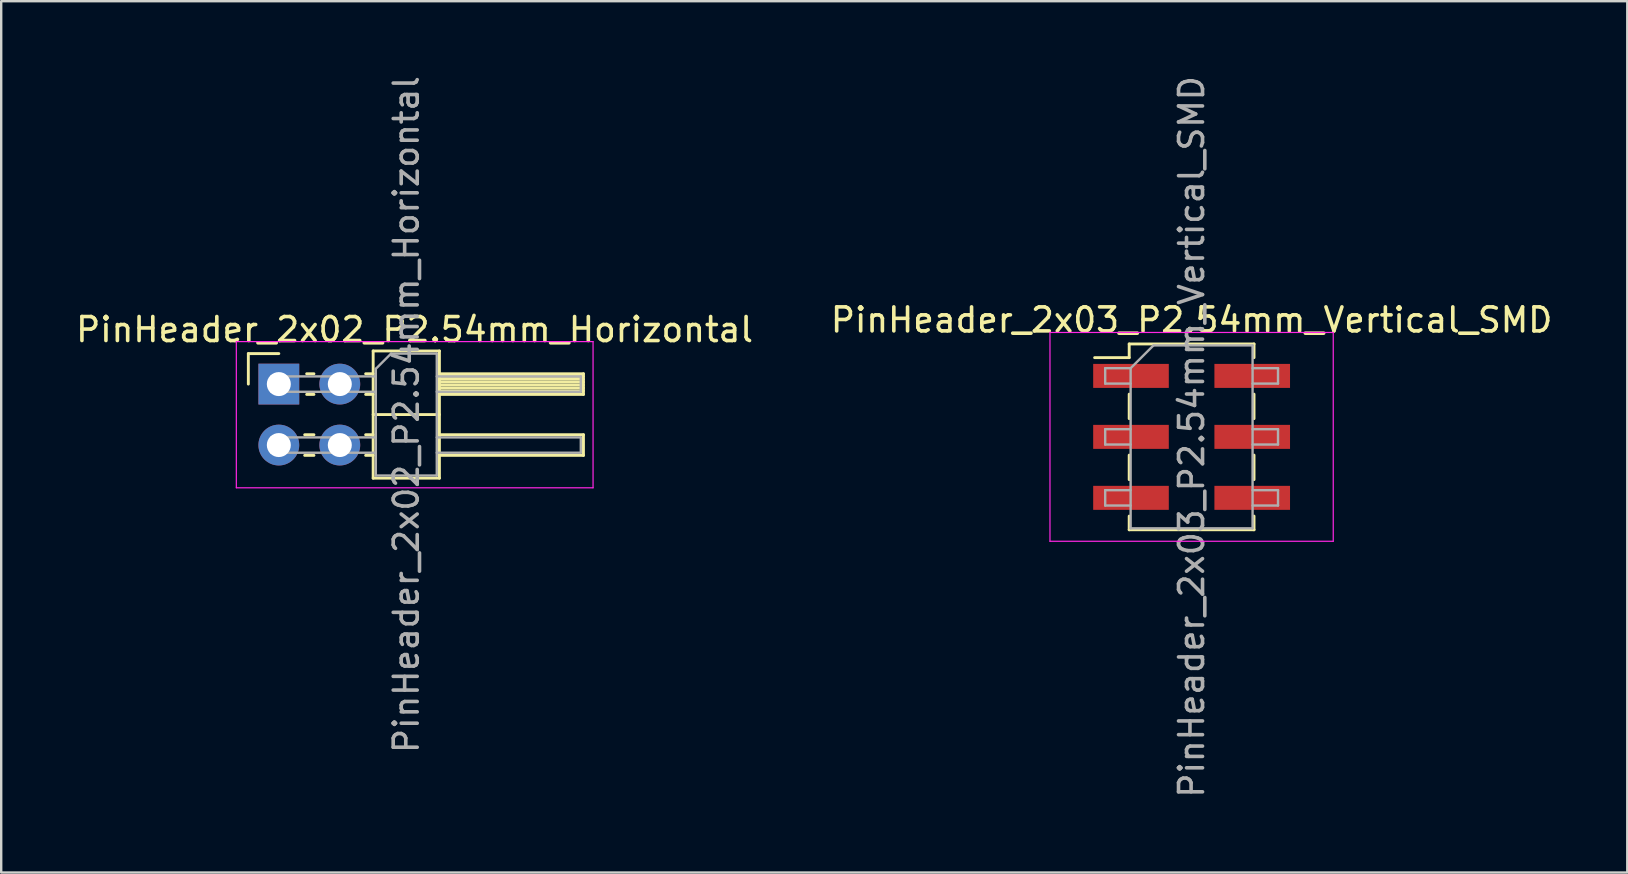
<source format=kicad_pcb>
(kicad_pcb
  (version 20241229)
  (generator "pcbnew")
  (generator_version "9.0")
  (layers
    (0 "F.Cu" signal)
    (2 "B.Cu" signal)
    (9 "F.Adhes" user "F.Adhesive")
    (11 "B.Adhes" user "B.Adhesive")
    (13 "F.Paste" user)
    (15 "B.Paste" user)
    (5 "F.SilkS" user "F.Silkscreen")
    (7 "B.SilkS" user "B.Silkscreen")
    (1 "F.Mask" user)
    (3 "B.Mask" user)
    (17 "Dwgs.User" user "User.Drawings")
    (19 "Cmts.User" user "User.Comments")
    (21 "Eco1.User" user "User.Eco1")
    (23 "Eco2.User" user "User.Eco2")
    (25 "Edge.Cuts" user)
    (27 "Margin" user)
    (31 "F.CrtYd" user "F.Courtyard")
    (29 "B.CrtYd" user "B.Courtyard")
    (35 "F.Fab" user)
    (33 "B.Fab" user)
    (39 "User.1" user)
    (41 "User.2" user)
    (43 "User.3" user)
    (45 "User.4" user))
  (footprint "PinHeader_2x03_P2.54mm_Vertical_SMD"
    (layer "F.Cu")
    (at 46.589 15.149)
    (property "Reference" "PinHeader_2x03_P2.54mm_Vertical_SMD" (at 0 -4.87 0) (layer "F.SilkS") (effects (font (size 1 1) (thickness 0.15))))
    (attr smd)
    (fp_line (start -4.04 -3.3) (end -2.6 -3.3) (stroke (width 0.12) (type solid)) (layer "F.SilkS"))
    (fp_line (start -2.6 -3.87) (end -2.6 -3.3) (stroke (width 0.12) (type solid)) (layer "F.SilkS"))
    (fp_line (start -2.6 -3.87) (end 2.6 -3.87) (stroke (width 0.12) (type solid)) (layer "F.SilkS"))
    (fp_line (start -2.6 -1.78) (end -2.6 -0.76) (stroke (width 0.12) (type solid)) (layer "F.SilkS"))
    (fp_line (start -2.6 0.76) (end -2.6 1.78) (stroke (width 0.12) (type solid)) (layer "F.SilkS"))
    (fp_line (start -2.6 3.3) (end -2.6 3.87) (stroke (width 0.12) (type solid)) (layer "F.SilkS"))
    (fp_line (start -2.6 3.87) (end 2.6 3.87) (stroke (width 0.12) (type solid)) (layer "F.SilkS"))
    (fp_line (start 2.6 -3.87) (end 2.6 -3.3) (stroke (width 0.12) (type solid)) (layer "F.SilkS"))
    (fp_line (start 2.6 -1.78) (end 2.6 -0.76) (stroke (width 0.12) (type solid)) (layer "F.SilkS"))
    (fp_line (start 2.6 0.76) (end 2.6 1.78) (stroke (width 0.12) (type solid)) (layer "F.SilkS"))
    (fp_line (start 2.6 3.3) (end 2.6 3.87) (stroke (width 0.12) (type solid)) (layer "F.SilkS"))
    (fp_line (start -5.9 -4.35) (end -5.9 4.35) (stroke (width 0.05) (type solid)) (layer "F.CrtYd"))
    (fp_line (start -5.9 4.35) (end 5.9 4.35) (stroke (width 0.05) (type solid)) (layer "F.CrtYd"))
    (fp_line (start 5.9 -4.35) (end -5.9 -4.35) (stroke (width 0.05) (type solid)) (layer "F.CrtYd"))
    (fp_line (start 5.9 4.35) (end 5.9 -4.35) (stroke (width 0.05) (type solid)) (layer "F.CrtYd"))
    (fp_line (start -3.6 -2.86) (end -3.6 -2.22) (stroke (width 0.1) (type solid)) (layer "F.Fab"))
    (fp_line (start -3.6 -2.22) (end -2.54 -2.22) (stroke (width 0.1) (type solid)) (layer "F.Fab"))
    (fp_line (start -3.6 -0.32) (end -3.6 0.32) (stroke (width 0.1) (type solid)) (layer "F.Fab"))
    (fp_line (start -3.6 0.32) (end -2.54 0.32) (stroke (width 0.1) (type solid)) (layer "F.Fab"))
    (fp_line (start -3.6 2.22) (end -3.6 2.86) (stroke (width 0.1) (type solid)) (layer "F.Fab"))
    (fp_line (start -3.6 2.86) (end -2.54 2.86) (stroke (width 0.1) (type solid)) (layer "F.Fab"))
    (fp_line (start -2.54 -2.86) (end -3.6 -2.86) (stroke (width 0.1) (type solid)) (layer "F.Fab"))
    (fp_line (start -2.54 -2.86) (end -1.59 -3.81) (stroke (width 0.1) (type solid)) (layer "F.Fab"))
    (fp_line (start -2.54 -0.32) (end -3.6 -0.32) (stroke (width 0.1) (type solid)) (layer "F.Fab"))
    (fp_line (start -2.54 2.22) (end -3.6 2.22) (stroke (width 0.1) (type solid)) (layer "F.Fab"))
    (fp_line (start -2.54 3.81) (end -2.54 -2.86) (stroke (width 0.1) (type solid)) (layer "F.Fab"))
    (fp_line (start -1.59 -3.81) (end 2.54 -3.81) (stroke (width 0.1) (type solid)) (layer "F.Fab"))
    (fp_line (start 2.54 -3.81) (end 2.54 3.81) (stroke (width 0.1) (type solid)) (layer "F.Fab"))
    (fp_line (start 2.54 -2.86) (end 3.6 -2.86) (stroke (width 0.1) (type solid)) (layer "F.Fab"))
    (fp_line (start 2.54 -0.32) (end 3.6 -0.32) (stroke (width 0.1) (type solid)) (layer "F.Fab"))
    (fp_line (start 2.54 2.22) (end 3.6 2.22) (stroke (width 0.1) (type solid)) (layer "F.Fab"))
    (fp_line (start 2.54 3.81) (end -2.54 3.81) (stroke (width 0.1) (type solid)) (layer "F.Fab"))
    (fp_line (start 3.6 -2.86) (end 3.6 -2.22) (stroke (width 0.1) (type solid)) (layer "F.Fab"))
    (fp_line (start 3.6 -2.22) (end 2.54 -2.22) (stroke (width 0.1) (type solid)) (layer "F.Fab"))
    (fp_line (start 3.6 -0.32) (end 3.6 0.32) (stroke (width 0.1) (type solid)) (layer "F.Fab"))
    (fp_line (start 3.6 0.32) (end 2.54 0.32) (stroke (width 0.1) (type solid)) (layer "F.Fab"))
    (fp_line (start 3.6 2.22) (end 3.6 2.86) (stroke (width 0.1) (type solid)) (layer "F.Fab"))
    (fp_line (start 3.6 2.86) (end 2.54 2.86) (stroke (width 0.1) (type solid)) (layer "F.Fab"))
    (fp_text user "${REFERENCE}" (at 0 0 90) (layer "F.Fab") (effects (font (size 1 1) (thickness 0.15))))
    (pad "1" smd rect (at -2.525 -2.54) (size 3.15 1) (layers "F.Cu" "F.Mask" "F.Paste"))
    (pad "2" smd rect (at 2.525 -2.54) (size 3.15 1) (layers "F.Cu" "F.Mask" "F.Paste"))
    (pad "3" smd rect (at -2.525 0) (size 3.15 1) (layers "F.Cu" "F.Mask" "F.Paste"))
    (pad "4" smd rect (at 2.525 0) (size 3.15 1) (layers "F.Cu" "F.Mask" "F.Paste"))
    (pad "5" smd rect (at -2.525 2.54) (size 3.15 1) (layers "F.Cu" "F.Mask" "F.Paste"))
    (pad "6" smd rect (at 2.525 2.54) (size 3.15 1) (layers "F.Cu" "F.Mask" "F.Paste")))
  (footprint "PinHeader_2x02_P2.54mm_Horizontal"
    (layer "F.Cu")
    (at 8.565 12.95)
    (property "Reference" "PinHeader_2x02_P2.54mm_Horizontal" (at 5.655 -2.27 0) (layer "F.SilkS") (effects (font (size 1 1) (thickness 0.15))))
    (attr through_hole)
    (fp_line (start -1.27 -1.27) (end 0 -1.27) (stroke (width 0.12) (type solid)) (layer "F.SilkS"))
    (fp_line (start -1.27 0) (end -1.27 -1.27) (stroke (width 0.12) (type solid)) (layer "F.SilkS"))
    (fp_line (start 1.077 2.11) (end 1.463 2.11) (stroke (width 0.12) (type solid)) (layer "F.SilkS"))
    (fp_line (start 1.077 2.97) (end 1.463 2.97) (stroke (width 0.12) (type solid)) (layer "F.SilkS"))
    (fp_line (start 1.16 -0.43) (end 1.463 -0.43) (stroke (width 0.12) (type solid)) (layer "F.SilkS"))
    (fp_line (start 1.16 0.43) (end 1.463 0.43) (stroke (width 0.12) (type solid)) (layer "F.SilkS"))
    (fp_line (start 3.617 -0.43) (end 3.93 -0.43) (stroke (width 0.12) (type solid)) (layer "F.SilkS"))
    (fp_line (start 3.617 0.43) (end 3.93 0.43) (stroke (width 0.12) (type solid)) (layer "F.SilkS"))
    (fp_line (start 3.617 2.11) (end 3.93 2.11) (stroke (width 0.12) (type solid)) (layer "F.SilkS"))
    (fp_line (start 3.617 2.97) (end 3.93 2.97) (stroke (width 0.12) (type solid)) (layer "F.SilkS"))
    (fp_line (start 3.93 -1.38) (end 3.93 3.92) (stroke (width 0.12) (type solid)) (layer "F.SilkS"))
    (fp_line (start 3.93 1.27) (end 6.69 1.27) (stroke (width 0.12) (type solid)) (layer "F.SilkS"))
    (fp_line (start 3.93 3.92) (end 6.69 3.92) (stroke (width 0.12) (type solid)) (layer "F.SilkS"))
    (fp_line (start 6.69 -1.38) (end 3.93 -1.38) (stroke (width 0.12) (type solid)) (layer "F.SilkS"))
    (fp_line (start 6.69 -0.43) (end 12.69 -0.43) (stroke (width 0.12) (type solid)) (layer "F.SilkS"))
    (fp_line (start 6.69 -0.32) (end 12.69 -0.32) (stroke (width 0.12) (type solid)) (layer "F.SilkS"))
    (fp_line (start 6.69 -0.2) (end 12.69 -0.2) (stroke (width 0.12) (type solid)) (layer "F.SilkS"))
    (fp_line (start 6.69 -0.08) (end 12.69 -0.08) (stroke (width 0.12) (type solid)) (layer "F.SilkS"))
    (fp_line (start 6.69 0.04) (end 12.69 0.04) (stroke (width 0.12) (type solid)) (layer "F.SilkS"))
    (fp_line (start 6.69 0.16) (end 12.69 0.16) (stroke (width 0.12) (type solid)) (layer "F.SilkS"))
    (fp_line (start 6.69 0.28) (end 12.69 0.28) (stroke (width 0.12) (type solid)) (layer "F.SilkS"))
    (fp_line (start 6.69 2.11) (end 12.69 2.11) (stroke (width 0.12) (type solid)) (layer "F.SilkS"))
    (fp_line (start 6.69 3.92) (end 6.69 -1.38) (stroke (width 0.12) (type solid)) (layer "F.SilkS"))
    (fp_line (start 12.69 -0.43) (end 12.69 0.43) (stroke (width 0.12) (type solid)) (layer "F.SilkS"))
    (fp_line (start 12.69 0.43) (end 6.69 0.43) (stroke (width 0.12) (type solid)) (layer "F.SilkS"))
    (fp_line (start 12.69 2.11) (end 12.69 2.97) (stroke (width 0.12) (type solid)) (layer "F.SilkS"))
    (fp_line (start 12.69 2.97) (end 6.69 2.97) (stroke (width 0.12) (type solid)) (layer "F.SilkS"))
    (fp_line (start -1.77 -1.77) (end -1.77 4.32) (stroke (width 0.05) (type solid)) (layer "F.CrtYd"))
    (fp_line (start -1.77 4.32) (end 13.09 4.32) (stroke (width 0.05) (type solid)) (layer "F.CrtYd"))
    (fp_line (start 13.09 -1.77) (end -1.77 -1.77) (stroke (width 0.05) (type solid)) (layer "F.CrtYd"))
    (fp_line (start 13.09 4.32) (end 13.09 -1.77) (stroke (width 0.05) (type solid)) (layer "F.CrtYd"))
    (fp_line (start -0.32 -0.32) (end -0.32 0.32) (stroke (width 0.1) (type solid)) (layer "F.Fab"))
    (fp_line (start -0.32 -0.32) (end 4.04 -0.32) (stroke (width 0.1) (type solid)) (layer "F.Fab"))
    (fp_line (start -0.32 0.32) (end 4.04 0.32) (stroke (width 0.1) (type solid)) (layer "F.Fab"))
    (fp_line (start -0.32 2.22) (end -0.32 2.86) (stroke (width 0.1) (type solid)) (layer "F.Fab"))
    (fp_line (start -0.32 2.22) (end 4.04 2.22) (stroke (width 0.1) (type solid)) (layer "F.Fab"))
    (fp_line (start -0.32 2.86) (end 4.04 2.86) (stroke (width 0.1) (type solid)) (layer "F.Fab"))
    (fp_line (start 4.04 -0.635) (end 4.675 -1.27) (stroke (width 0.1) (type solid)) (layer "F.Fab"))
    (fp_line (start 4.04 3.81) (end 4.04 -0.635) (stroke (width 0.1) (type solid)) (layer "F.Fab"))
    (fp_line (start 4.675 -1.27) (end 6.58 -1.27) (stroke (width 0.1) (type solid)) (layer "F.Fab"))
    (fp_line (start 6.58 -1.27) (end 6.58 3.81) (stroke (width 0.1) (type solid)) (layer "F.Fab"))
    (fp_line (start 6.58 -0.32) (end 12.58 -0.32) (stroke (width 0.1) (type solid)) (layer "F.Fab"))
    (fp_line (start 6.58 0.32) (end 12.58 0.32) (stroke (width 0.1) (type solid)) (layer "F.Fab"))
    (fp_line (start 6.58 2.22) (end 12.58 2.22) (stroke (width 0.1) (type solid)) (layer "F.Fab"))
    (fp_line (start 6.58 2.86) (end 12.58 2.86) (stroke (width 0.1) (type solid)) (layer "F.Fab"))
    (fp_line (start 6.58 3.81) (end 4.04 3.81) (stroke (width 0.1) (type solid)) (layer "F.Fab"))
    (fp_line (start 12.58 -0.32) (end 12.58 0.32) (stroke (width 0.1) (type solid)) (layer "F.Fab"))
    (fp_line (start 12.58 2.22) (end 12.58 2.86) (stroke (width 0.1) (type solid)) (layer "F.Fab"))
    (fp_text user "${REFERENCE}" (at 5.31 1.27 90) (layer "F.Fab") (effects (font (size 1 1) (thickness 0.15))))
    (pad "1" thru_hole rect (at 0 0) (size 1.7 1.7) (drill 1) (layers "*.Cu" "*.Mask"))
    (pad "2" thru_hole circle (at 2.54 0) (size 1.7 1.7) (drill 1) (layers "*.Cu" "*.Mask"))
    (pad "3" thru_hole circle (at 0 2.54) (size 1.7 1.7) (drill 1) (layers "*.Cu" "*.Mask"))
    (pad "4" thru_hole circle (at 2.54 2.54) (size 1.7 1.7) (drill 1) (layers "*.Cu" "*.Mask")))
  (gr_rect
    (start -3 -3)
    (end 64.738 33.298)
    (stroke (width 0.1) (type default))
    (fill no)
    (layer "Edge.Cuts")))
</source>
